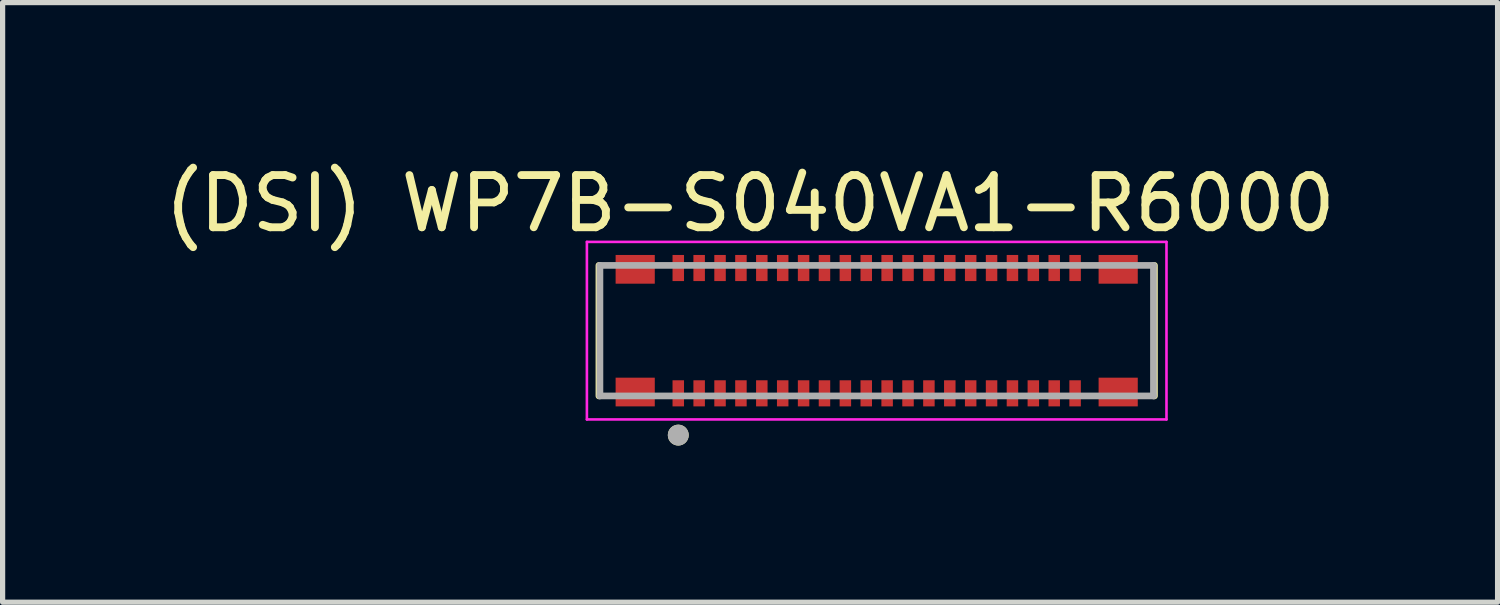
<source format=kicad_pcb>
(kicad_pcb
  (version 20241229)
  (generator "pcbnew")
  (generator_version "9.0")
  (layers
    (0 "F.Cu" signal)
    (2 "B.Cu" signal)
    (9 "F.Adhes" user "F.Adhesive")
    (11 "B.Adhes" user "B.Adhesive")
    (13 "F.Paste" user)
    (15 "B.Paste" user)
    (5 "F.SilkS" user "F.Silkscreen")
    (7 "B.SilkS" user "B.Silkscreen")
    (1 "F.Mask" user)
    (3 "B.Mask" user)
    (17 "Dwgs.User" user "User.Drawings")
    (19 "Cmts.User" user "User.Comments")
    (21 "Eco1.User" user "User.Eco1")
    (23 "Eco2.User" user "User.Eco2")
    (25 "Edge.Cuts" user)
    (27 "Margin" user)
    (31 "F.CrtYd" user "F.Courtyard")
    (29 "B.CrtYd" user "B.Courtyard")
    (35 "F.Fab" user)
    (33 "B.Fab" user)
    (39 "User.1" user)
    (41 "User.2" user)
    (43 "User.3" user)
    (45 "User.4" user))
  (footprint "(DSI) WP7B-S040VA1-R6000"
    (layer "F.Cu")
    (at 13.74 3.283)
    (property "Reference" "(DSI) WP7B-S040VA1-R6000" (at -2.425 -2.435 0) (layer "F.SilkS") (effects (font (size 1 1) (thickness 0.15))))
    (attr smd)
    (fp_line (start -5.32 -1.25) (end -5.32 1.25) (stroke (width 0.127) (type solid)) (layer "F.SilkS"))
    (fp_line (start 5.32 -1.25) (end 5.32 1.25) (stroke (width 0.127) (type solid)) (layer "F.SilkS"))
    (fp_circle (center -3.8 2) (end -3.7 2) (stroke (width 0.2) (type solid)) (fill no) (layer "F.SilkS"))
    (fp_line (start -5.55 -1.7) (end 5.55 -1.7) (stroke (width 0.05) (type solid)) (layer "F.CrtYd"))
    (fp_line (start -5.55 1.7) (end -5.55 -1.7) (stroke (width 0.05) (type solid)) (layer "F.CrtYd"))
    (fp_line (start 5.55 -1.7) (end 5.55 1.7) (stroke (width 0.05) (type solid)) (layer "F.CrtYd"))
    (fp_line (start 5.55 1.7) (end -5.55 1.7) (stroke (width 0.05) (type solid)) (layer "F.CrtYd"))
    (fp_line (start -5.3 -1.25) (end 5.3 -1.25) (stroke (width 0.127) (type solid)) (layer "F.Fab"))
    (fp_line (start -5.3 1.25) (end -5.3 -1.25) (stroke (width 0.127) (type solid)) (layer "F.Fab"))
    (fp_line (start 5.3 -1.25) (end 5.3 1.25) (stroke (width 0.127) (type solid)) (layer "F.Fab"))
    (fp_line (start 5.3 1.25) (end -5.3 1.25) (stroke (width 0.127) (type solid)) (layer "F.Fab"))
    (fp_circle (center -3.8 2) (end -3.7 2) (stroke (width 0.2) (type solid)) (fill no) (layer "F.Fab"))
    (pad "1" smd rect (at -3.8 1.2) (size 0.22 0.5) (layers "F.Cu" "F.Mask" "F.Paste"))
    (pad "2" smd rect (at -3.8 -1.2) (size 0.22 0.5) (layers "F.Cu" "F.Mask" "F.Paste"))
    (pad "3" smd rect (at -3.4 1.2) (size 0.22 0.5) (layers "F.Cu" "F.Mask" "F.Paste"))
    (pad "4" smd rect (at -3.4 -1.2) (size 0.22 0.5) (layers "F.Cu" "F.Mask" "F.Paste"))
    (pad "5" smd rect (at -3 1.2) (size 0.22 0.5) (layers "F.Cu" "F.Mask" "F.Paste"))
    (pad "6" smd rect (at -3 -1.2) (size 0.22 0.5) (layers "F.Cu" "F.Mask" "F.Paste"))
    (pad "7" smd rect (at -2.6 1.2) (size 0.22 0.5) (layers "F.Cu" "F.Mask" "F.Paste"))
    (pad "8" smd rect (at -2.6 -1.2) (size 0.22 0.5) (layers "F.Cu" "F.Mask" "F.Paste"))
    (pad "9" smd rect (at -2.2 1.2) (size 0.22 0.5) (layers "F.Cu" "F.Mask" "F.Paste"))
    (pad "10" smd rect (at -2.2 -1.2) (size 0.22 0.5) (layers "F.Cu" "F.Mask" "F.Paste"))
    (pad "11" smd rect (at -1.8 1.2) (size 0.22 0.5) (layers "F.Cu" "F.Mask" "F.Paste"))
    (pad "12" smd rect (at -1.8 -1.2) (size 0.22 0.5) (layers "F.Cu" "F.Mask" "F.Paste"))
    (pad "13" smd rect (at -1.4 1.2) (size 0.22 0.5) (layers "F.Cu" "F.Mask" "F.Paste"))
    (pad "14" smd rect (at -1.4 -1.2) (size 0.22 0.5) (layers "F.Cu" "F.Mask" "F.Paste"))
    (pad "15" smd rect (at -1 1.2) (size 0.22 0.5) (layers "F.Cu" "F.Mask" "F.Paste"))
    (pad "16" smd rect (at -1 -1.2) (size 0.22 0.5) (layers "F.Cu" "F.Mask" "F.Paste"))
    (pad "17" smd rect (at -0.6 1.2) (size 0.22 0.5) (layers "F.Cu" "F.Mask" "F.Paste"))
    (pad "18" smd rect (at -0.6 -1.2) (size 0.22 0.5) (layers "F.Cu" "F.Mask" "F.Paste"))
    (pad "19" smd rect (at -0.2 1.2) (size 0.22 0.5) (layers "F.Cu" "F.Mask" "F.Paste"))
    (pad "20" smd rect (at -0.2 -1.2) (size 0.22 0.5) (layers "F.Cu" "F.Mask" "F.Paste"))
    (pad "21" smd rect (at 0.2 1.2) (size 0.22 0.5) (layers "F.Cu" "F.Mask" "F.Paste"))
    (pad "22" smd rect (at 0.2 -1.2) (size 0.22 0.5) (layers "F.Cu" "F.Mask" "F.Paste"))
    (pad "23" smd rect (at 0.6 1.2) (size 0.22 0.5) (layers "F.Cu" "F.Mask" "F.Paste"))
    (pad "24" smd rect (at 0.6 -1.2) (size 0.22 0.5) (layers "F.Cu" "F.Mask" "F.Paste"))
    (pad "25" smd rect (at 1 1.2) (size 0.22 0.5) (layers "F.Cu" "F.Mask" "F.Paste"))
    (pad "26" smd rect (at 1 -1.2) (size 0.22 0.5) (layers "F.Cu" "F.Mask" "F.Paste"))
    (pad "27" smd rect (at 1.4 1.2) (size 0.22 0.5) (layers "F.Cu" "F.Mask" "F.Paste"))
    (pad "28" smd rect (at 1.4 -1.2) (size 0.22 0.5) (layers "F.Cu" "F.Mask" "F.Paste"))
    (pad "29" smd rect (at 1.8 1.2) (size 0.22 0.5) (layers "F.Cu" "F.Mask" "F.Paste"))
    (pad "30" smd rect (at 1.8 -1.2) (size 0.22 0.5) (layers "F.Cu" "F.Mask" "F.Paste"))
    (pad "31" smd rect (at 2.2 1.2) (size 0.22 0.5) (layers "F.Cu" "F.Mask" "F.Paste"))
    (pad "32" smd rect (at 2.2 -1.2) (size 0.22 0.5) (layers "F.Cu" "F.Mask" "F.Paste"))
    (pad "33" smd rect (at 2.6 1.2) (size 0.22 0.5) (layers "F.Cu" "F.Mask" "F.Paste"))
    (pad "34" smd rect (at 2.6 -1.2) (size 0.22 0.5) (layers "F.Cu" "F.Mask" "F.Paste"))
    (pad "35" smd rect (at 3 1.2) (size 0.22 0.5) (layers "F.Cu" "F.Mask" "F.Paste"))
    (pad "36" smd rect (at 3 -1.2) (size 0.22 0.5) (layers "F.Cu" "F.Mask" "F.Paste"))
    (pad "37" smd rect (at 3.4 1.2) (size 0.22 0.5) (layers "F.Cu" "F.Mask" "F.Paste"))
    (pad "38" smd rect (at 3.4 -1.2) (size 0.22 0.5) (layers "F.Cu" "F.Mask" "F.Paste"))
    (pad "39" smd rect (at 3.8 1.2) (size 0.22 0.5) (layers "F.Cu" "F.Mask" "F.Paste"))
    (pad "40" smd rect (at 3.8 -1.2) (size 0.22 0.5) (layers "F.Cu" "F.Mask" "F.Paste"))
    (pad "S1" smd rect (at -4.625 -1.175) (size 0.75 0.55) (layers "F.Cu" "F.Mask" "F.Paste"))
    (pad "S2" smd rect (at -4.625 1.175) (size 0.75 0.55) (layers "F.Cu" "F.Mask" "F.Paste"))
    (pad "S3" smd rect (at 4.625 1.175) (size 0.75 0.55) (layers "F.Cu" "F.Mask" "F.Paste"))
    (pad "S4" smd rect (at 4.625 -1.175) (size 0.75 0.55) (layers "F.Cu" "F.Mask" "F.Paste"))
    (zone (net_name "") (layer "F.Cu") (hatch full 0.508) (connect_pads) (min_thickness 0.01) (filled_areas_thickness no) (keepout (tracks not_allowed) (vias not_allowed) (pads not_allowed) (copperpour not_allowed) (footprints allowed)) (placement (enabled no)) (fill) (polygon (pts (xy 9.54 2.433) (xy 17.94 2.433) (xy 17.94 4.133) (xy 9.54 4.133))))
    (zone (net_name "") (layers "F.Cu" "B.Cu") (hatch full 0.508) (connect_pads) (min_thickness 0.01) (filled_areas_thickness no) (keepout (tracks allowed) (vias not_allowed) (pads allowed) (copperpour allowed) (footprints allowed)) (placement (enabled no)) (fill) (polygon (pts (xy 9.54 2.433) (xy 17.94 2.433) (xy 17.94 4.133) (xy 9.54 4.133)))))
  (gr_rect
    (start -3 -3)
    (end 25.631 8.483)
    (stroke (width 0.1) (type default))
    (fill no)
    (layer "Edge.Cuts")))
</source>
